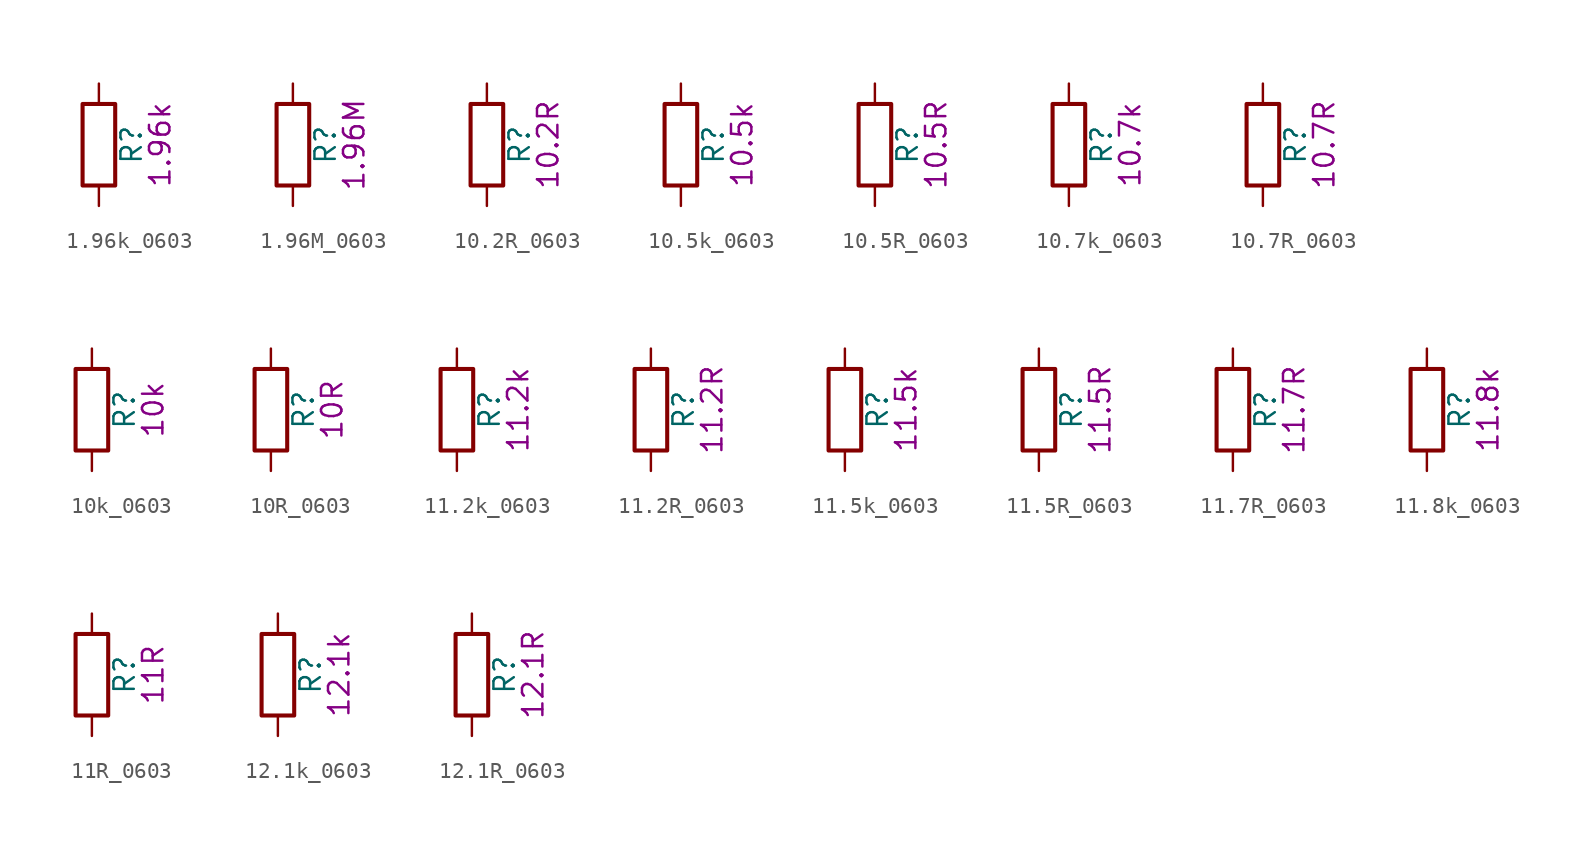
<source format=kicad_sym>
(kicad_symbol_lib
  (version 20211014)
  (generator kicad_symbol_editor)
  (symbol "1.96k_0603"
    (pin_numbers hide)
    (pin_names
      (offset 0))
    (property "Reference" "R"
      (at 2.032 0 90)
      (effects (font (size 1.27 1.27))))
    (property "Display" "1.96k"
      (at 3.81 0 90)
      (effects (font (size 1.27 1.27))))
    (symbol "1.96k_0603_0_1"
      (rectangle (start -1.016 -2.54) (end 1.016 2.54) (stroke (width 0.254) (type default) (color 0 0 0 0)) (fill (type none))))
    (symbol "1.96k_0603_1_1"
      (pin passive line (at 0 3.81 270) (length 1.27) (name "~" (effects (font (size 1.27 1.27)))) (number "1" (effects (font (size 1.27 1.27)))))
      (pin passive line (at 0 -3.81 90) (length 1.27) (name "~" (effects (font (size 1.27 1.27)))) (number "2" (effects (font (size 1.27 1.27)))))))
  (symbol "1.96M_0603"
    (pin_numbers hide)
    (pin_names
      (offset 0))
    (property "Reference" "R"
      (at 2.032 0 90)
      (effects (font (size 1.27 1.27))))
    (property "Display" "1.96M"
      (at 3.81 0 90)
      (effects (font (size 1.27 1.27))))
    (symbol "1.96M_0603_0_1"
      (rectangle (start -1.016 -2.54) (end 1.016 2.54) (stroke (width 0.254) (type default) (color 0 0 0 0)) (fill (type none))))
    (symbol "1.96M_0603_1_1"
      (pin passive line (at 0 3.81 270) (length 1.27) (name "~" (effects (font (size 1.27 1.27)))) (number "1" (effects (font (size 1.27 1.27)))))
      (pin passive line (at 0 -3.81 90) (length 1.27) (name "~" (effects (font (size 1.27 1.27)))) (number "2" (effects (font (size 1.27 1.27)))))))
  (symbol "10.2R_0603"
    (pin_numbers hide)
    (pin_names
      (offset 0))
    (property "Reference" "R"
      (at 2.032 0 90)
      (effects (font (size 1.27 1.27))))
    (property "Display" "10.2R"
      (at 3.81 0 90)
      (effects (font (size 1.27 1.27))))
    (symbol "10.2R_0603_0_1"
      (rectangle (start -1.016 -2.54) (end 1.016 2.54) (stroke (width 0.254) (type default) (color 0 0 0 0)) (fill (type none))))
    (symbol "10.2R_0603_1_1"
      (pin passive line (at 0 3.81 270) (length 1.27) (name "~" (effects (font (size 1.27 1.27)))) (number "1" (effects (font (size 1.27 1.27)))))
      (pin passive line (at 0 -3.81 90) (length 1.27) (name "~" (effects (font (size 1.27 1.27)))) (number "2" (effects (font (size 1.27 1.27)))))))
  (symbol "10.5k_0603"
    (pin_numbers hide)
    (pin_names
      (offset 0))
    (property "Reference" "R"
      (at 2.032 0 90)
      (effects (font (size 1.27 1.27))))
    (property "Display" "10.5k"
      (at 3.81 0 90)
      (effects (font (size 1.27 1.27))))
    (symbol "10.5k_0603_0_1"
      (rectangle (start -1.016 -2.54) (end 1.016 2.54) (stroke (width 0.254) (type default) (color 0 0 0 0)) (fill (type none))))
    (symbol "10.5k_0603_1_1"
      (pin passive line (at 0 3.81 270) (length 1.27) (name "~" (effects (font (size 1.27 1.27)))) (number "1" (effects (font (size 1.27 1.27)))))
      (pin passive line (at 0 -3.81 90) (length 1.27) (name "~" (effects (font (size 1.27 1.27)))) (number "2" (effects (font (size 1.27 1.27)))))))
  (symbol "10.5R_0603"
    (pin_numbers hide)
    (pin_names
      (offset 0))
    (property "Reference" "R"
      (at 2.032 0 90)
      (effects (font (size 1.27 1.27))))
    (property "Display" "10.5R"
      (at 3.81 0 90)
      (effects (font (size 1.27 1.27))))
    (symbol "10.5R_0603_0_1"
      (rectangle (start -1.016 -2.54) (end 1.016 2.54) (stroke (width 0.254) (type default) (color 0 0 0 0)) (fill (type none))))
    (symbol "10.5R_0603_1_1"
      (pin passive line (at 0 3.81 270) (length 1.27) (name "~" (effects (font (size 1.27 1.27)))) (number "1" (effects (font (size 1.27 1.27)))))
      (pin passive line (at 0 -3.81 90) (length 1.27) (name "~" (effects (font (size 1.27 1.27)))) (number "2" (effects (font (size 1.27 1.27)))))))
  (symbol "10.7k_0603"
    (pin_numbers hide)
    (pin_names
      (offset 0))
    (property "Reference" "R"
      (at 2.032 0 90)
      (effects (font (size 1.27 1.27))))
    (property "Display" "10.7k"
      (at 3.81 0 90)
      (effects (font (size 1.27 1.27))))
    (symbol "10.7k_0603_0_1"
      (rectangle (start -1.016 -2.54) (end 1.016 2.54) (stroke (width 0.254) (type default) (color 0 0 0 0)) (fill (type none))))
    (symbol "10.7k_0603_1_1"
      (pin passive line (at 0 3.81 270) (length 1.27) (name "~" (effects (font (size 1.27 1.27)))) (number "1" (effects (font (size 1.27 1.27)))))
      (pin passive line (at 0 -3.81 90) (length 1.27) (name "~" (effects (font (size 1.27 1.27)))) (number "2" (effects (font (size 1.27 1.27)))))))
  (symbol "10.7R_0603"
    (pin_numbers hide)
    (pin_names
      (offset 0))
    (property "Reference" "R"
      (at 2.032 0 90)
      (effects (font (size 1.27 1.27))))
    (property "Display" "10.7R"
      (at 3.81 0 90)
      (effects (font (size 1.27 1.27))))
    (symbol "10.7R_0603_0_1"
      (rectangle (start -1.016 -2.54) (end 1.016 2.54) (stroke (width 0.254) (type default) (color 0 0 0 0)) (fill (type none))))
    (symbol "10.7R_0603_1_1"
      (pin passive line (at 0 3.81 270) (length 1.27) (name "~" (effects (font (size 1.27 1.27)))) (number "1" (effects (font (size 1.27 1.27)))))
      (pin passive line (at 0 -3.81 90) (length 1.27) (name "~" (effects (font (size 1.27 1.27)))) (number "2" (effects (font (size 1.27 1.27)))))))
  (symbol "10k_0603"
    (pin_numbers hide)
    (pin_names
      (offset 0))
    (property "Reference" "R"
      (at 2.032 0 90)
      (effects (font (size 1.27 1.27))))
    (property "Display" "10k"
      (at 3.81 0 90)
      (effects (font (size 1.27 1.27))))
    (symbol "10k_0603_0_1"
      (rectangle (start -1.016 -2.54) (end 1.016 2.54) (stroke (width 0.254) (type default) (color 0 0 0 0)) (fill (type none))))
    (symbol "10k_0603_1_1"
      (pin passive line (at 0 3.81 270) (length 1.27) (name "~" (effects (font (size 1.27 1.27)))) (number "1" (effects (font (size 1.27 1.27)))))
      (pin passive line (at 0 -3.81 90) (length 1.27) (name "~" (effects (font (size 1.27 1.27)))) (number "2" (effects (font (size 1.27 1.27)))))))
  (symbol "10R_0603"
    (pin_numbers hide)
    (pin_names
      (offset 0))
    (property "Reference" "R"
      (at 2.032 0 90)
      (effects (font (size 1.27 1.27))))
    (property "Display" "10R"
      (at 3.81 0 90)
      (effects (font (size 1.27 1.27))))
    (symbol "10R_0603_0_1"
      (rectangle (start -1.016 -2.54) (end 1.016 2.54) (stroke (width 0.254) (type default) (color 0 0 0 0)) (fill (type none))))
    (symbol "10R_0603_1_1"
      (pin passive line (at 0 3.81 270) (length 1.27) (name "~" (effects (font (size 1.27 1.27)))) (number "1" (effects (font (size 1.27 1.27)))))
      (pin passive line (at 0 -3.81 90) (length 1.27) (name "~" (effects (font (size 1.27 1.27)))) (number "2" (effects (font (size 1.27 1.27)))))))
  (symbol "11.2k_0603"
    (pin_numbers hide)
    (pin_names
      (offset 0))
    (property "Reference" "R"
      (at 2.032 0 90)
      (effects (font (size 1.27 1.27))))
    (property "Display" "11.2k"
      (at 3.81 0 90)
      (effects (font (size 1.27 1.27))))
    (symbol "11.2k_0603_0_1"
      (rectangle (start -1.016 -2.54) (end 1.016 2.54) (stroke (width 0.254) (type default) (color 0 0 0 0)) (fill (type none))))
    (symbol "11.2k_0603_1_1"
      (pin passive line (at 0 3.81 270) (length 1.27) (name "~" (effects (font (size 1.27 1.27)))) (number "1" (effects (font (size 1.27 1.27)))))
      (pin passive line (at 0 -3.81 90) (length 1.27) (name "~" (effects (font (size 1.27 1.27)))) (number "2" (effects (font (size 1.27 1.27)))))))
  (symbol "11.2R_0603"
    (pin_numbers hide)
    (pin_names
      (offset 0))
    (property "Reference" "R"
      (at 2.032 0 90)
      (effects (font (size 1.27 1.27))))
    (property "Display" "11.2R"
      (at 3.81 0 90)
      (effects (font (size 1.27 1.27))))
    (symbol "11.2R_0603_0_1"
      (rectangle (start -1.016 -2.54) (end 1.016 2.54) (stroke (width 0.254) (type default) (color 0 0 0 0)) (fill (type none))))
    (symbol "11.2R_0603_1_1"
      (pin passive line (at 0 3.81 270) (length 1.27) (name "~" (effects (font (size 1.27 1.27)))) (number "1" (effects (font (size 1.27 1.27)))))
      (pin passive line (at 0 -3.81 90) (length 1.27) (name "~" (effects (font (size 1.27 1.27)))) (number "2" (effects (font (size 1.27 1.27)))))))
  (symbol "11.5k_0603"
    (pin_numbers hide)
    (pin_names
      (offset 0))
    (property "Reference" "R"
      (at 2.032 0 90)
      (effects (font (size 1.27 1.27))))
    (property "Display" "11.5k"
      (at 3.81 0 90)
      (effects (font (size 1.27 1.27))))
    (symbol "11.5k_0603_0_1"
      (rectangle (start -1.016 -2.54) (end 1.016 2.54) (stroke (width 0.254) (type default) (color 0 0 0 0)) (fill (type none))))
    (symbol "11.5k_0603_1_1"
      (pin passive line (at 0 3.81 270) (length 1.27) (name "~" (effects (font (size 1.27 1.27)))) (number "1" (effects (font (size 1.27 1.27)))))
      (pin passive line (at 0 -3.81 90) (length 1.27) (name "~" (effects (font (size 1.27 1.27)))) (number "2" (effects (font (size 1.27 1.27)))))))
  (symbol "11.5R_0603"
    (pin_numbers hide)
    (pin_names
      (offset 0))
    (property "Reference" "R"
      (at 2.032 0 90)
      (effects (font (size 1.27 1.27))))
    (property "Display" "11.5R"
      (at 3.81 0 90)
      (effects (font (size 1.27 1.27))))
    (symbol "11.5R_0603_0_1"
      (rectangle (start -1.016 -2.54) (end 1.016 2.54) (stroke (width 0.254) (type default) (color 0 0 0 0)) (fill (type none))))
    (symbol "11.5R_0603_1_1"
      (pin passive line (at 0 3.81 270) (length 1.27) (name "~" (effects (font (size 1.27 1.27)))) (number "1" (effects (font (size 1.27 1.27)))))
      (pin passive line (at 0 -3.81 90) (length 1.27) (name "~" (effects (font (size 1.27 1.27)))) (number "2" (effects (font (size 1.27 1.27)))))))
  (symbol "11.7R_0603"
    (pin_numbers hide)
    (pin_names
      (offset 0))
    (property "Reference" "R"
      (at 2.032 0 90)
      (effects (font (size 1.27 1.27))))
    (property "Display" "11.7R"
      (at 3.81 0 90)
      (effects (font (size 1.27 1.27))))
    (symbol "11.7R_0603_0_1"
      (rectangle (start -1.016 -2.54) (end 1.016 2.54) (stroke (width 0.254) (type default) (color 0 0 0 0)) (fill (type none))))
    (symbol "11.7R_0603_1_1"
      (pin passive line (at 0 3.81 270) (length 1.27) (name "~" (effects (font (size 1.27 1.27)))) (number "1" (effects (font (size 1.27 1.27)))))
      (pin passive line (at 0 -3.81 90) (length 1.27) (name "~" (effects (font (size 1.27 1.27)))) (number "2" (effects (font (size 1.27 1.27)))))))
  (symbol "11.8k_0603"
    (pin_numbers hide)
    (pin_names
      (offset 0))
    (property "Reference" "R"
      (at 2.032 0 90)
      (effects (font (size 1.27 1.27))))
    (property "Display" "11.8k"
      (at 3.81 0 90)
      (effects (font (size 1.27 1.27))))
    (symbol "11.8k_0603_0_1"
      (rectangle (start -1.016 -2.54) (end 1.016 2.54) (stroke (width 0.254) (type default) (color 0 0 0 0)) (fill (type none))))
    (symbol "11.8k_0603_1_1"
      (pin passive line (at 0 3.81 270) (length 1.27) (name "~" (effects (font (size 1.27 1.27)))) (number "1" (effects (font (size 1.27 1.27)))))
      (pin passive line (at 0 -3.81 90) (length 1.27) (name "~" (effects (font (size 1.27 1.27)))) (number "2" (effects (font (size 1.27 1.27)))))))
  (symbol "11R_0603"
    (pin_numbers hide)
    (pin_names
      (offset 0))
    (property "Reference" "R"
      (at 2.032 0 90)
      (effects (font (size 1.27 1.27))))
    (property "Display" "11R"
      (at 3.81 0 90)
      (effects (font (size 1.27 1.27))))
    (symbol "11R_0603_0_1"
      (rectangle (start -1.016 -2.54) (end 1.016 2.54) (stroke (width 0.254) (type default) (color 0 0 0 0)) (fill (type none))))
    (symbol "11R_0603_1_1"
      (pin passive line (at 0 3.81 270) (length 1.27) (name "~" (effects (font (size 1.27 1.27)))) (number "1" (effects (font (size 1.27 1.27)))))
      (pin passive line (at 0 -3.81 90) (length 1.27) (name "~" (effects (font (size 1.27 1.27)))) (number "2" (effects (font (size 1.27 1.27)))))))
  (symbol "12.1k_0603"
    (pin_numbers hide)
    (pin_names
      (offset 0))
    (property "Reference" "R"
      (at 2.032 0 90)
      (effects (font (size 1.27 1.27))))
    (property "Display" "12.1k"
      (at 3.81 0 90)
      (effects (font (size 1.27 1.27))))
    (symbol "12.1k_0603_0_1"
      (rectangle (start -1.016 -2.54) (end 1.016 2.54) (stroke (width 0.254) (type default) (color 0 0 0 0)) (fill (type none))))
    (symbol "12.1k_0603_1_1"
      (pin passive line (at 0 3.81 270) (length 1.27) (name "~" (effects (font (size 1.27 1.27)))) (number "1" (effects (font (size 1.27 1.27)))))
      (pin passive line (at 0 -3.81 90) (length 1.27) (name "~" (effects (font (size 1.27 1.27)))) (number "2" (effects (font (size 1.27 1.27)))))))
  (symbol "12.1R_0603"
    (pin_numbers hide)
    (pin_names
      (offset 0))
    (property "Reference" "R"
      (at 2.032 0 90)
      (effects (font (size 1.27 1.27))))
    (property "Display" "12.1R"
      (at 3.81 0 90)
      (effects (font (size 1.27 1.27))))
    (symbol "12.1R_0603_0_1"
      (rectangle (start -1.016 -2.54) (end 1.016 2.54) (stroke (width 0.254) (type default) (color 0 0 0 0)) (fill (type none))))
    (symbol "12.1R_0603_1_1"
      (pin passive line (at 0 3.81 270) (length 1.27) (name "~" (effects (font (size 1.27 1.27)))) (number "1" (effects (font (size 1.27 1.27)))))
      (pin passive line (at 0 -3.81 90) (length 1.27) (name "~" (effects (font (size 1.27 1.27)))) (number "2" (effects (font (size 1.27 1.27))))))))
</source>
